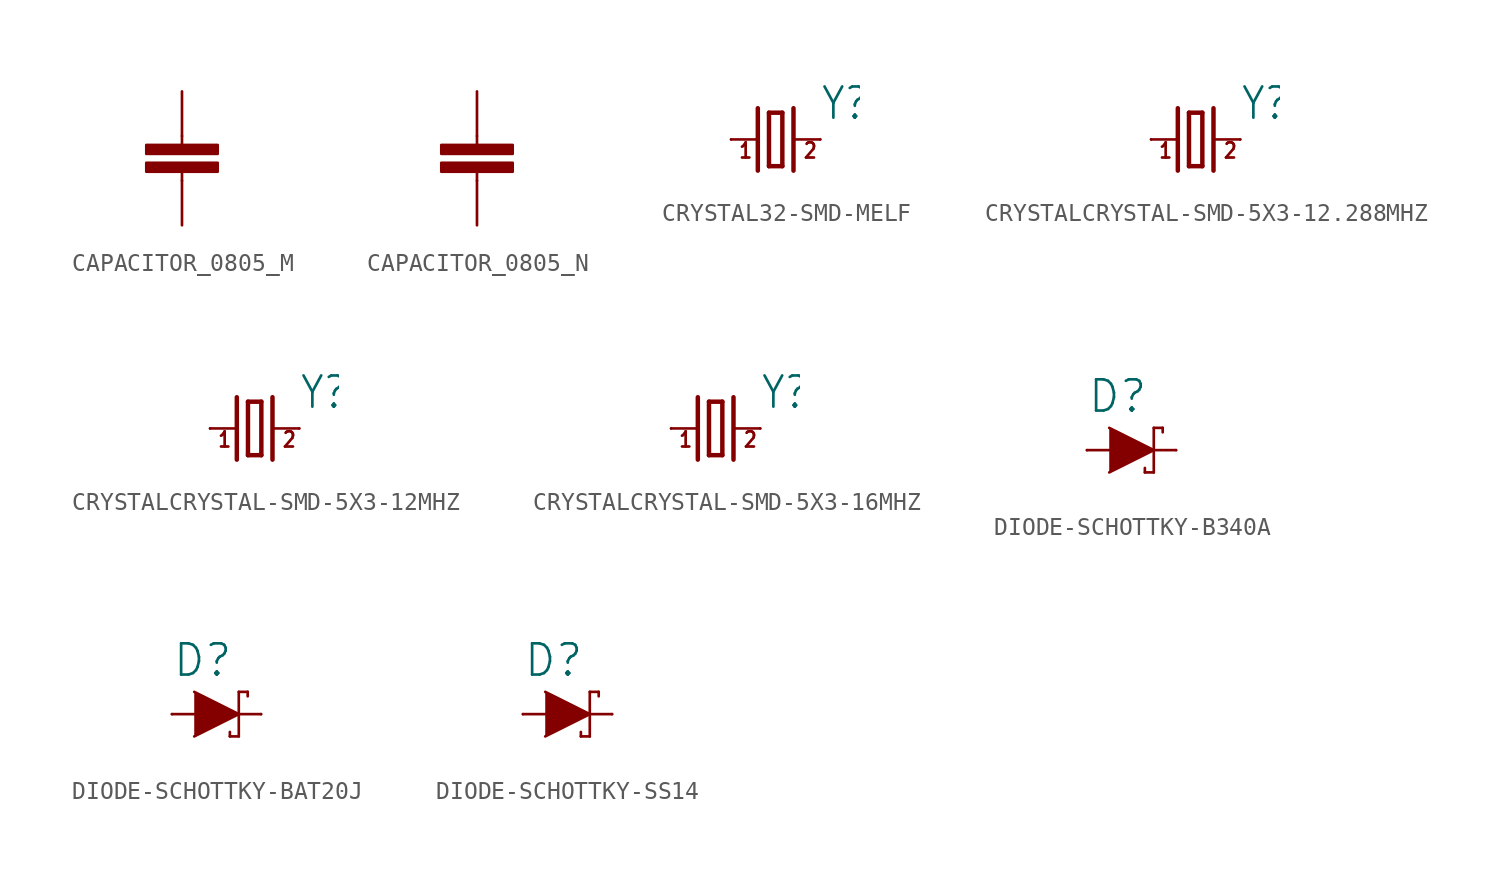
<source format=kicad_sym>
(kicad_symbol_lib
  (version 20231120)
  (generator "kicad_symbol_editor")
  (generator_version "8.0")
  (symbol "CAPACITOR_0805_M"
    (property "Reference" ""
      (at 1.524 0.381 0)
      (effects (font (size 1.778 1.511)) (justify left bottom) (hide yes)))
    (property "Value" ""
      (at 1.524 -4.699 0)
      (effects (font (size 1.778 1.511)) (justify left bottom)))
    (property "ki_locked" ""
      (at 0 0 0)
      (effects (font (size 1.27 1.27))))
    (symbol "CAPACITOR_0805_M_1_0"
      (rectangle (start -2.032 -2.032) (end 2.032 -1.524) (stroke (width 0) (type default)) (fill (type outline)))
      (rectangle (start -2.032 -1.016) (end 2.032 -0.508) (stroke (width 0) (type default)) (fill (type outline)))
      (polyline (pts (xy 0 -2.54) (xy 0 -2.032)) (stroke (width 0.152) (type solid)) (fill (type none)))
      (polyline (pts (xy 0 0) (xy 0 -0.508)) (stroke (width 0.152) (type solid)) (fill (type none)))
      (pin passive line (at 0 2.54 270) (length 2.54) (name "1" (effects (font (size 0 0)))) (number "1" (effects (font (size 0 0)))))
      (pin passive line (at 0 -5.08 90) (length 2.54) (name "2" (effects (font (size 0 0)))) (number "2" (effects (font (size 0 0)))))))
  (symbol "CAPACITOR_0805_N"
    (property "Reference" ""
      (at 1.524 0.381 0)
      (effects (font (size 1.778 1.511)) (justify left bottom) (hide yes)))
    (property "Value" ""
      (at 1.524 -4.699 0)
      (effects (font (size 1.778 1.511)) (justify left bottom)))
    (property "ki_locked" ""
      (at 0 0 0)
      (effects (font (size 1.27 1.27))))
    (symbol "CAPACITOR_0805_N_1_0"
      (rectangle (start -2.032 -2.032) (end 2.032 -1.524) (stroke (width 0) (type default)) (fill (type outline)))
      (rectangle (start -2.032 -1.016) (end 2.032 -0.508) (stroke (width 0) (type default)) (fill (type outline)))
      (polyline (pts (xy 0 -2.54) (xy 0 -2.032)) (stroke (width 0.152) (type solid)) (fill (type none)))
      (polyline (pts (xy 0 0) (xy 0 -0.508)) (stroke (width 0.152) (type solid)) (fill (type none)))
      (pin passive line (at 0 2.54 270) (length 2.54) (name "1" (effects (font (size 0 0)))) (number "1" (effects (font (size 0 0)))))
      (pin passive line (at 0 -5.08 90) (length 2.54) (name "2" (effects (font (size 0 0)))) (number "2" (effects (font (size 0 0)))))))
  (symbol "CRYSTAL32-SMD-MELF"
    (property "Reference" "Y"
      (at 2.54 1.016 0)
      (effects (font (size 1.778 1.511)) (justify left bottom)))
    (property "Value" ""
      (at 2.54 -2.54 0)
      (effects (font (size 1.778 1.511)) (justify left bottom)))
    (property "ki_locked" ""
      (at 0 0 0)
      (effects (font (size 1.27 1.27))))
    (symbol "CRYSTAL32-SMD-MELF_1_0"
      (polyline (pts (xy -2.54 0) (xy -1.016 0)) (stroke (width 0.152) (type solid)) (fill (type none)))
      (polyline (pts (xy -1.016 1.778) (xy -1.016 -1.778)) (stroke (width 0.254) (type solid)) (fill (type none)))
      (polyline (pts (xy -0.381 -1.524) (xy 0.381 -1.524)) (stroke (width 0.254) (type solid)) (fill (type none)))
      (polyline (pts (xy -0.381 1.524) (xy -0.381 -1.524)) (stroke (width 0.254) (type solid)) (fill (type none)))
      (polyline (pts (xy 0.381 -1.524) (xy 0.381 1.524)) (stroke (width 0.254) (type solid)) (fill (type none)))
      (polyline (pts (xy 0.381 1.524) (xy -0.381 1.524)) (stroke (width 0.254) (type solid)) (fill (type none)))
      (polyline (pts (xy 1.016 0) (xy 2.54 0)) (stroke (width 0.152) (type solid)) (fill (type none)))
      (polyline (pts (xy 1.016 1.778) (xy 1.016 -1.778)) (stroke (width 0.254) (type solid)) (fill (type none)))
      (text "1" (at -2.159 -1.143 0) (effects (font (size 0.864 0.734)) (justify left bottom)))
      (text "2" (at 1.524 -1.143 0) (effects (font (size 0.864 0.734)) (justify left bottom)))
      (pin passive line (at -2.54 0 0) (length 0) (name "1" (effects (font (size 0 0)))) (number "X1" (effects (font (size 0 0)))))
      (pin passive line (at 2.54 0 180) (length 0) (name "2" (effects (font (size 0 0)))) (number "X2" (effects (font (size 0 0)))))))
  (symbol "CRYSTALCRYSTAL-SMD-5X3-12.288MHZ"
    (property "Reference" "Y"
      (at 2.54 1.016 0)
      (effects (font (size 1.778 1.511)) (justify left bottom)))
    (property "Value" ""
      (at 2.54 -2.54 0)
      (effects (font (size 1.778 1.511)) (justify left bottom)))
    (property "ki_locked" ""
      (at 0 0 0)
      (effects (font (size 1.27 1.27))))
    (symbol "CRYSTALCRYSTAL-SMD-5X3-12.288MHZ_1_0"
      (polyline (pts (xy -2.54 0) (xy -1.016 0)) (stroke (width 0.152) (type solid)) (fill (type none)))
      (polyline (pts (xy -1.016 1.778) (xy -1.016 -1.778)) (stroke (width 0.254) (type solid)) (fill (type none)))
      (polyline (pts (xy -0.381 -1.524) (xy 0.381 -1.524)) (stroke (width 0.254) (type solid)) (fill (type none)))
      (polyline (pts (xy -0.381 1.524) (xy -0.381 -1.524)) (stroke (width 0.254) (type solid)) (fill (type none)))
      (polyline (pts (xy 0.381 -1.524) (xy 0.381 1.524)) (stroke (width 0.254) (type solid)) (fill (type none)))
      (polyline (pts (xy 0.381 1.524) (xy -0.381 1.524)) (stroke (width 0.254) (type solid)) (fill (type none)))
      (polyline (pts (xy 1.016 0) (xy 2.54 0)) (stroke (width 0.152) (type solid)) (fill (type none)))
      (polyline (pts (xy 1.016 1.778) (xy 1.016 -1.778)) (stroke (width 0.254) (type solid)) (fill (type none)))
      (text "1" (at -2.159 -1.143 0) (effects (font (size 0.864 0.734)) (justify left bottom)))
      (text "2" (at 1.524 -1.143 0) (effects (font (size 0.864 0.734)) (justify left bottom)))
      (pin passive line (at -2.54 0 0) (length 0) (name "1" (effects (font (size 0 0)))) (number "1" (effects (font (size 0 0)))))
      (pin passive line (at 2.54 0 180) (length 0) (name "2" (effects (font (size 0 0)))) (number "3" (effects (font (size 0 0)))))))
  (symbol "CRYSTALCRYSTAL-SMD-5X3-12MHZ"
    (property "Reference" "Y"
      (at 2.54 1.016 0)
      (effects (font (size 1.778 1.511)) (justify left bottom)))
    (property "Value" ""
      (at 2.54 -2.54 0)
      (effects (font (size 1.778 1.511)) (justify left bottom)))
    (property "ki_locked" ""
      (at 0 0 0)
      (effects (font (size 1.27 1.27))))
    (symbol "CRYSTALCRYSTAL-SMD-5X3-12MHZ_1_0"
      (polyline (pts (xy -2.54 0) (xy -1.016 0)) (stroke (width 0.152) (type solid)) (fill (type none)))
      (polyline (pts (xy -1.016 1.778) (xy -1.016 -1.778)) (stroke (width 0.254) (type solid)) (fill (type none)))
      (polyline (pts (xy -0.381 -1.524) (xy 0.381 -1.524)) (stroke (width 0.254) (type solid)) (fill (type none)))
      (polyline (pts (xy -0.381 1.524) (xy -0.381 -1.524)) (stroke (width 0.254) (type solid)) (fill (type none)))
      (polyline (pts (xy 0.381 -1.524) (xy 0.381 1.524)) (stroke (width 0.254) (type solid)) (fill (type none)))
      (polyline (pts (xy 0.381 1.524) (xy -0.381 1.524)) (stroke (width 0.254) (type solid)) (fill (type none)))
      (polyline (pts (xy 1.016 0) (xy 2.54 0)) (stroke (width 0.152) (type solid)) (fill (type none)))
      (polyline (pts (xy 1.016 1.778) (xy 1.016 -1.778)) (stroke (width 0.254) (type solid)) (fill (type none)))
      (text "1" (at -2.159 -1.143 0) (effects (font (size 0.864 0.734)) (justify left bottom)))
      (text "2" (at 1.524 -1.143 0) (effects (font (size 0.864 0.734)) (justify left bottom)))
      (pin passive line (at -2.54 0 0) (length 0) (name "1" (effects (font (size 0 0)))) (number "1" (effects (font (size 0 0)))))
      (pin passive line (at 2.54 0 180) (length 0) (name "2" (effects (font (size 0 0)))) (number "3" (effects (font (size 0 0)))))))
  (symbol "CRYSTALCRYSTAL-SMD-5X3-16MHZ"
    (property "Reference" "Y"
      (at 2.54 1.016 0)
      (effects (font (size 1.778 1.511)) (justify left bottom)))
    (property "Value" ""
      (at 2.54 -2.54 0)
      (effects (font (size 1.778 1.511)) (justify left bottom)))
    (property "ki_locked" ""
      (at 0 0 0)
      (effects (font (size 1.27 1.27))))
    (symbol "CRYSTALCRYSTAL-SMD-5X3-16MHZ_1_0"
      (polyline (pts (xy -2.54 0) (xy -1.016 0)) (stroke (width 0.152) (type solid)) (fill (type none)))
      (polyline (pts (xy -1.016 1.778) (xy -1.016 -1.778)) (stroke (width 0.254) (type solid)) (fill (type none)))
      (polyline (pts (xy -0.381 -1.524) (xy 0.381 -1.524)) (stroke (width 0.254) (type solid)) (fill (type none)))
      (polyline (pts (xy -0.381 1.524) (xy -0.381 -1.524)) (stroke (width 0.254) (type solid)) (fill (type none)))
      (polyline (pts (xy 0.381 -1.524) (xy 0.381 1.524)) (stroke (width 0.254) (type solid)) (fill (type none)))
      (polyline (pts (xy 0.381 1.524) (xy -0.381 1.524)) (stroke (width 0.254) (type solid)) (fill (type none)))
      (polyline (pts (xy 1.016 0) (xy 2.54 0)) (stroke (width 0.152) (type solid)) (fill (type none)))
      (polyline (pts (xy 1.016 1.778) (xy 1.016 -1.778)) (stroke (width 0.254) (type solid)) (fill (type none)))
      (text "1" (at -2.159 -1.143 0) (effects (font (size 0.864 0.734)) (justify left bottom)))
      (text "2" (at 1.524 -1.143 0) (effects (font (size 0.864 0.734)) (justify left bottom)))
      (pin passive line (at -2.54 0 0) (length 0) (name "1" (effects (font (size 0 0)))) (number "1" (effects (font (size 0 0)))))
      (pin passive line (at 2.54 0 180) (length 0) (name "2" (effects (font (size 0 0)))) (number "3" (effects (font (size 0 0)))))))
  (symbol "DIODE-SCHOTTKY-B340A"
    (property "Reference" "D"
      (at -2.54 2.032 0)
      (effects (font (size 1.778 1.778)) (justify left bottom)))
    (property "Value" ""
      (at -2.54 -2.032 0)
      (effects (font (size 1.778 1.778)) (justify left top)))
    (property "ki_locked" ""
      (at 0 0 0)
      (effects (font (size 1.27 1.27))))
    (symbol "DIODE-SCHOTTKY-B340A_1_0"
      (polyline (pts (xy -2.54 0) (xy -1.27 0)) (stroke (width 0.152) (type solid)) (fill (type none)))
      (polyline (pts (xy 0.762 -1.27) (xy 0.762 -1.016)) (stroke (width 0.152) (type solid)) (fill (type none)))
      (polyline (pts (xy 1.27 -1.27) (xy 0.762 -1.27)) (stroke (width 0.152) (type solid)) (fill (type none)))
      (polyline (pts (xy 1.27 0) (xy 1.27 -1.27)) (stroke (width 0.152) (type solid)) (fill (type none)))
      (polyline (pts (xy 1.27 1.27) (xy 1.27 0)) (stroke (width 0.152) (type solid)) (fill (type none)))
      (polyline (pts (xy 1.27 1.27) (xy 1.778 1.27)) (stroke (width 0.152) (type solid)) (fill (type none)))
      (polyline (pts (xy 1.778 1.27) (xy 1.778 1.016)) (stroke (width 0.152) (type solid)) (fill (type none)))
      (polyline (pts (xy 2.54 0) (xy 1.27 0)) (stroke (width 0.152) (type solid)) (fill (type none)))
      (polyline (pts (xy -1.27 1.27) (xy 1.27 0) (xy -1.27 -1.27)) (stroke (width 0.152) (type solid)) (fill (type outline)))
      (pin passive line (at -2.54 0 0) (length 0) (name "A" (effects (font (size 0 0)))) (number "A" (effects (font (size 0 0)))))
      (pin passive line (at 2.54 0 180) (length 0) (name "C" (effects (font (size 0 0)))) (number "C" (effects (font (size 0 0)))))))
  (symbol "DIODE-SCHOTTKY-BAT20J"
    (property "Reference" "D"
      (at -2.54 2.032 0)
      (effects (font (size 1.778 1.778)) (justify left bottom)))
    (property "Value" ""
      (at -2.54 -2.032 0)
      (effects (font (size 1.778 1.778)) (justify left top)))
    (property "ki_locked" ""
      (at 0 0 0)
      (effects (font (size 1.27 1.27))))
    (symbol "DIODE-SCHOTTKY-BAT20J_1_0"
      (polyline (pts (xy -2.54 0) (xy -1.27 0)) (stroke (width 0.152) (type solid)) (fill (type none)))
      (polyline (pts (xy 0.762 -1.27) (xy 0.762 -1.016)) (stroke (width 0.152) (type solid)) (fill (type none)))
      (polyline (pts (xy 1.27 -1.27) (xy 0.762 -1.27)) (stroke (width 0.152) (type solid)) (fill (type none)))
      (polyline (pts (xy 1.27 0) (xy 1.27 -1.27)) (stroke (width 0.152) (type solid)) (fill (type none)))
      (polyline (pts (xy 1.27 1.27) (xy 1.27 0)) (stroke (width 0.152) (type solid)) (fill (type none)))
      (polyline (pts (xy 1.27 1.27) (xy 1.778 1.27)) (stroke (width 0.152) (type solid)) (fill (type none)))
      (polyline (pts (xy 1.778 1.27) (xy 1.778 1.016)) (stroke (width 0.152) (type solid)) (fill (type none)))
      (polyline (pts (xy 2.54 0) (xy 1.27 0)) (stroke (width 0.152) (type solid)) (fill (type none)))
      (polyline (pts (xy -1.27 1.27) (xy 1.27 0) (xy -1.27 -1.27)) (stroke (width 0.152) (type solid)) (fill (type outline)))
      (pin passive line (at -2.54 0 0) (length 0) (name "A" (effects (font (size 0 0)))) (number "A" (effects (font (size 0 0)))))
      (pin passive line (at 2.54 0 180) (length 0) (name "C" (effects (font (size 0 0)))) (number "C" (effects (font (size 0 0)))))))
  (symbol "DIODE-SCHOTTKY-SS14"
    (property "Reference" "D"
      (at -2.54 2.032 0)
      (effects (font (size 1.778 1.778)) (justify left bottom)))
    (property "Value" ""
      (at -2.54 -2.032 0)
      (effects (font (size 1.778 1.778)) (justify left top)))
    (property "ki_locked" ""
      (at 0 0 0)
      (effects (font (size 1.27 1.27))))
    (symbol "DIODE-SCHOTTKY-SS14_1_0"
      (polyline (pts (xy -2.54 0) (xy -1.27 0)) (stroke (width 0.152) (type solid)) (fill (type none)))
      (polyline (pts (xy 0.762 -1.27) (xy 0.762 -1.016)) (stroke (width 0.152) (type solid)) (fill (type none)))
      (polyline (pts (xy 1.27 -1.27) (xy 0.762 -1.27)) (stroke (width 0.152) (type solid)) (fill (type none)))
      (polyline (pts (xy 1.27 0) (xy 1.27 -1.27)) (stroke (width 0.152) (type solid)) (fill (type none)))
      (polyline (pts (xy 1.27 1.27) (xy 1.27 0)) (stroke (width 0.152) (type solid)) (fill (type none)))
      (polyline (pts (xy 1.27 1.27) (xy 1.778 1.27)) (stroke (width 0.152) (type solid)) (fill (type none)))
      (polyline (pts (xy 1.778 1.27) (xy 1.778 1.016)) (stroke (width 0.152) (type solid)) (fill (type none)))
      (polyline (pts (xy 2.54 0) (xy 1.27 0)) (stroke (width 0.152) (type solid)) (fill (type none)))
      (polyline (pts (xy -1.27 1.27) (xy 1.27 0) (xy -1.27 -1.27)) (stroke (width 0.152) (type solid)) (fill (type outline)))
      (pin passive line (at -2.54 0 0) (length 0) (name "A" (effects (font (size 0 0)))) (number "A" (effects (font (size 0 0)))))
      (pin passive line (at 2.54 0 180) (length 0) (name "C" (effects (font (size 0 0)))) (number "C" (effects (font (size 0 0))))))))
</source>
